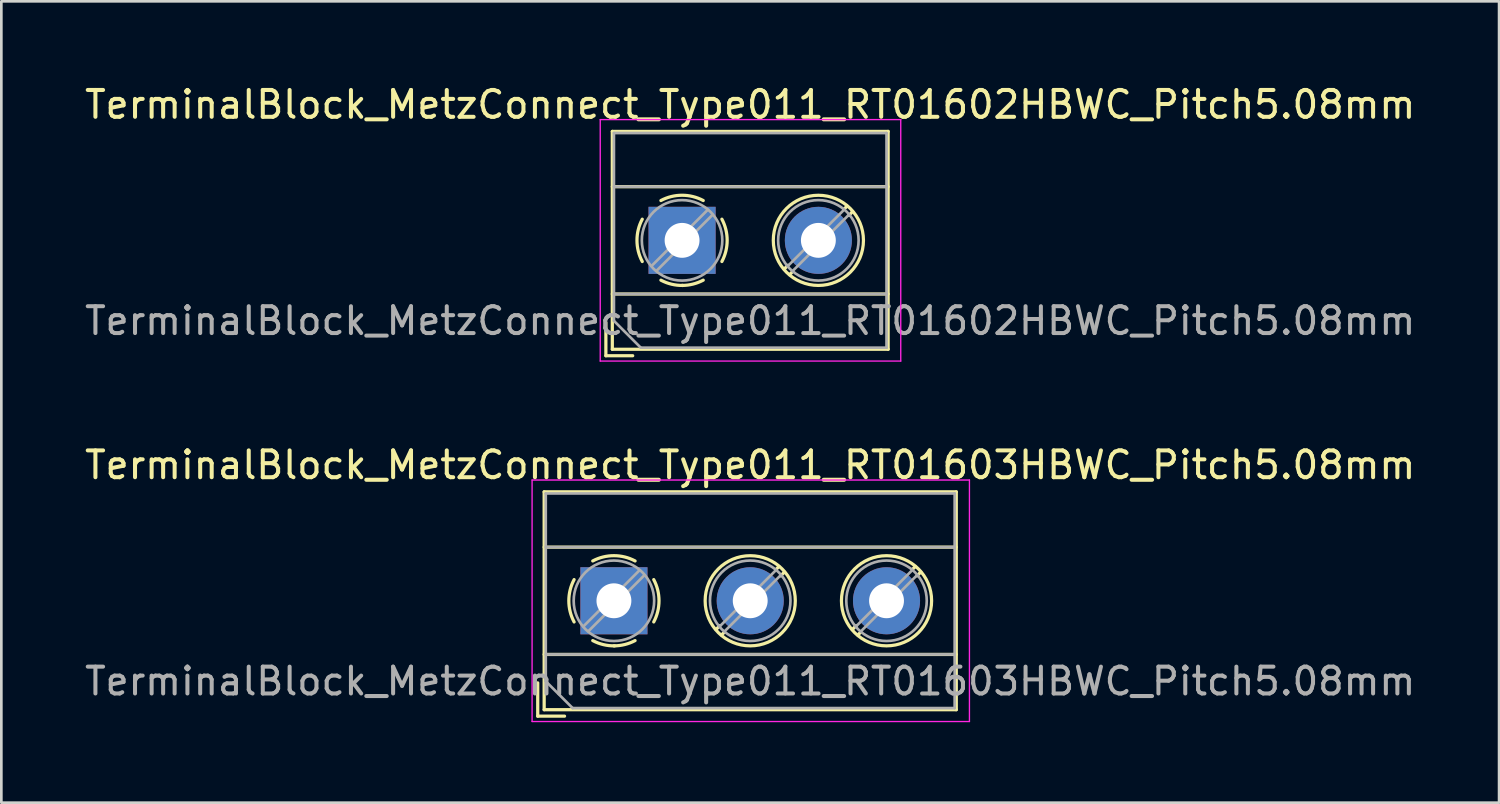
<source format=kicad_pcb>
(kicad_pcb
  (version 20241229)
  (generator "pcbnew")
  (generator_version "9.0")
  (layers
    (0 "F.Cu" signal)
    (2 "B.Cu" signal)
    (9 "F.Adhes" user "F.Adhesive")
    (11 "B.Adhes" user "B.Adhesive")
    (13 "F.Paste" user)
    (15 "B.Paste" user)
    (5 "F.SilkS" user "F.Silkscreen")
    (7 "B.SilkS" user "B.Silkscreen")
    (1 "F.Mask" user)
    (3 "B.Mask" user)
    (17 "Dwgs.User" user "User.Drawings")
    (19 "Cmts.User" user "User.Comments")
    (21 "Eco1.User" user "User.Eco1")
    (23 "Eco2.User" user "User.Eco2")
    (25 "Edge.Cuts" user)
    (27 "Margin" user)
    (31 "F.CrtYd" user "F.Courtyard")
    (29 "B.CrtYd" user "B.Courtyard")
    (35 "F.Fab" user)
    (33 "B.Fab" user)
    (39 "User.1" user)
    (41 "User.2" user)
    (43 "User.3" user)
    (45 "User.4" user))
  (footprint "TerminalBlock_MetzConnect_Type011_RT01602HBWC_Pitch5.08mm"
    (layer "F.Cu")
    (at 22.371 5.908)
    (property "Reference" "TerminalBlock_MetzConnect_Type011_RT01602HBWC_Pitch5.08mm" (at 2.54 -5.06 0) (layer "F.SilkS") (effects (font (size 1 1) (thickness 0.15))))
    (attr through_hole)
    (fp_line (start -2.84 3.06) (end -2.84 4.3) (stroke (width 0.12) (type solid)) (layer "F.SilkS"))
    (fp_line (start -2.84 4.3) (end -1.84 4.3) (stroke (width 0.12) (type solid)) (layer "F.SilkS"))
    (fp_line (start -2.6 -4.06) (end -2.6 4.06) (stroke (width 0.12) (type solid)) (layer "F.SilkS"))
    (fp_line (start -2.6 -2) (end 7.68 -2) (stroke (width 0.12) (type solid)) (layer "F.SilkS"))
    (fp_line (start -2.6 2) (end 7.68 2) (stroke (width 0.12) (type solid)) (layer "F.SilkS"))
    (fp_line (start -2.6 4.06) (end 7.68 4.06) (stroke (width 0.12) (type solid)) (layer "F.SilkS"))
    (fp_line (start 3.947 0.929) (end 3.806 1.069) (stroke (width 0.12) (type solid)) (layer "F.SilkS"))
    (fp_line (start 4.117 1.169) (end 4.011 1.274) (stroke (width 0.12) (type solid)) (layer "F.SilkS"))
    (fp_line (start 6.15 -1.275) (end 6.044 -1.169) (stroke (width 0.12) (type solid)) (layer "F.SilkS"))
    (fp_line (start 6.355 -1.069) (end 6.214 -0.929) (stroke (width 0.12) (type solid)) (layer "F.SilkS"))
    (fp_line (start 7.68 -4.06) (end -2.6 -4.06) (stroke (width 0.12) (type solid)) (layer "F.SilkS"))
    (fp_line (start 7.68 4.06) (end 7.68 -4.06) (stroke (width 0.12) (type solid)) (layer "F.SilkS"))
    (fp_arc (start -1.483953 0.789089) (mid -1.680708 0.00005) (end -1.484 -0.789) (stroke (width 0.12) (type solid)) (layer "F.SilkS"))
    (fp_arc (start -0.789089 -1.483953) (mid -0.00005 -1.680708) (end 0.789 -1.484) (stroke (width 0.12) (type solid)) (layer "F.SilkS"))
    (fp_arc (start 0.029383 1.68045) (mid -0.392304 1.634281) (end -0.789 1.484) (stroke (width 0.12) (type solid)) (layer "F.SilkS"))
    (fp_arc (start 0.788712 1.483352) (mid 0.406429 1.630097) (end 0 1.68) (stroke (width 0.12) (type solid)) (layer "F.SilkS"))
    (fp_arc (start 1.483953 -0.789089) (mid 1.680708 -0.00005) (end 1.484 0.789) (stroke (width 0.12) (type solid)) (layer "F.SilkS"))
    (fp_circle (center 5.08 0) (end 6.76 0) (stroke (width 0.12) (type solid)) (fill no) (layer "F.SilkS"))
    (fp_line (start -3.05 -4.5) (end -3.05 4.5) (stroke (width 0.05) (type solid)) (layer "F.CrtYd"))
    (fp_line (start -3.05 4.5) (end 8.15 4.5) (stroke (width 0.05) (type solid)) (layer "F.CrtYd"))
    (fp_line (start 8.15 -4.5) (end -3.05 -4.5) (stroke (width 0.05) (type solid)) (layer "F.CrtYd"))
    (fp_line (start 8.15 4.5) (end 8.15 -4.5) (stroke (width 0.05) (type solid)) (layer "F.CrtYd"))
    (fp_line (start -2.54 -4) (end 7.62 -4) (stroke (width 0.1) (type solid)) (layer "F.Fab"))
    (fp_line (start -2.54 -2) (end 7.62 -2) (stroke (width 0.1) (type solid)) (layer "F.Fab"))
    (fp_line (start -2.54 2) (end 7.62 2) (stroke (width 0.1) (type solid)) (layer "F.Fab"))
    (fp_line (start -2.54 3) (end -2.54 -4) (stroke (width 0.1) (type solid)) (layer "F.Fab"))
    (fp_line (start -1.54 4) (end -2.54 3) (stroke (width 0.1) (type solid)) (layer "F.Fab"))
    (fp_line (start 0.955 -1.138) (end -1.138 0.955) (stroke (width 0.1) (type solid)) (layer "F.Fab"))
    (fp_line (start 1.138 -0.955) (end -0.955 1.138) (stroke (width 0.1) (type solid)) (layer "F.Fab"))
    (fp_line (start 6.035 -1.138) (end 3.943 0.955) (stroke (width 0.1) (type solid)) (layer "F.Fab"))
    (fp_line (start 6.218 -0.955) (end 4.126 1.138) (stroke (width 0.1) (type solid)) (layer "F.Fab"))
    (fp_line (start 7.62 -4) (end 7.62 4) (stroke (width 0.1) (type solid)) (layer "F.Fab"))
    (fp_line (start 7.62 4) (end -1.54 4) (stroke (width 0.1) (type solid)) (layer "F.Fab"))
    (fp_circle (center 0 0) (end 1.5 0) (stroke (width 0.1) (type solid)) (fill no) (layer "F.Fab"))
    (fp_circle (center 5.08 0) (end 6.58 0) (stroke (width 0.1) (type solid)) (fill no) (layer "F.Fab"))
    (fp_text user "${REFERENCE}" (at 2.54 3 0) (layer "F.Fab") (effects (font (size 1 1) (thickness 0.15))))
    (pad "1" thru_hole rect (at 0 0) (size 2.5 2.5) (drill 1.3) (layers "*.Cu" "*.Mask"))
    (pad "2" thru_hole oval (at 5.08 0) (size 2.5 2.5) (drill 1.3) (layers "*.Cu" "*.Mask")))
  (footprint "TerminalBlock_MetzConnect_Type011_RT01603HBWC_Pitch5.08mm"
    (layer "F.Cu")
    (at 19.831 19.341)
    (property "Reference" "TerminalBlock_MetzConnect_Type011_RT01603HBWC_Pitch5.08mm" (at 5.08 -5.06 0) (layer "F.SilkS") (effects (font (size 1 1) (thickness 0.15))))
    (attr through_hole)
    (fp_line (start -2.84 3.06) (end -2.84 4.3) (stroke (width 0.12) (type solid)) (layer "F.SilkS"))
    (fp_line (start -2.84 4.3) (end -1.84 4.3) (stroke (width 0.12) (type solid)) (layer "F.SilkS"))
    (fp_line (start -2.6 -4.06) (end -2.6 4.06) (stroke (width 0.12) (type solid)) (layer "F.SilkS"))
    (fp_line (start -2.6 -2) (end 12.76 -2) (stroke (width 0.12) (type solid)) (layer "F.SilkS"))
    (fp_line (start -2.6 2) (end 12.76 2) (stroke (width 0.12) (type solid)) (layer "F.SilkS"))
    (fp_line (start -2.6 4.06) (end 12.76 4.06) (stroke (width 0.12) (type solid)) (layer "F.SilkS"))
    (fp_line (start 3.947 0.929) (end 3.806 1.069) (stroke (width 0.12) (type solid)) (layer "F.SilkS"))
    (fp_line (start 4.117 1.169) (end 4.011 1.274) (stroke (width 0.12) (type solid)) (layer "F.SilkS"))
    (fp_line (start 6.15 -1.275) (end 6.044 -1.169) (stroke (width 0.12) (type solid)) (layer "F.SilkS"))
    (fp_line (start 6.355 -1.069) (end 6.214 -0.929) (stroke (width 0.12) (type solid)) (layer "F.SilkS"))
    (fp_line (start 9.027 0.929) (end 8.886 1.069) (stroke (width 0.12) (type solid)) (layer "F.SilkS"))
    (fp_line (start 9.197 1.169) (end 9.091 1.274) (stroke (width 0.12) (type solid)) (layer "F.SilkS"))
    (fp_line (start 11.23 -1.275) (end 11.124 -1.169) (stroke (width 0.12) (type solid)) (layer "F.SilkS"))
    (fp_line (start 11.435 -1.069) (end 11.294 -0.929) (stroke (width 0.12) (type solid)) (layer "F.SilkS"))
    (fp_line (start 12.76 -4.06) (end -2.6 -4.06) (stroke (width 0.12) (type solid)) (layer "F.SilkS"))
    (fp_line (start 12.76 4.06) (end 12.76 -4.06) (stroke (width 0.12) (type solid)) (layer "F.SilkS"))
    (fp_arc (start -1.483953 0.789089) (mid -1.680708 0.00005) (end -1.484 -0.789) (stroke (width 0.12) (type solid)) (layer "F.SilkS"))
    (fp_arc (start -0.789089 -1.483953) (mid -0.00005 -1.680708) (end 0.789 -1.484) (stroke (width 0.12) (type solid)) (layer "F.SilkS"))
    (fp_arc (start 0.029383 1.68045) (mid -0.392304 1.634281) (end -0.789 1.484) (stroke (width 0.12) (type solid)) (layer "F.SilkS"))
    (fp_arc (start 0.788712 1.483352) (mid 0.406429 1.630097) (end 0 1.68) (stroke (width 0.12) (type solid)) (layer "F.SilkS"))
    (fp_arc (start 1.483953 -0.789089) (mid 1.680708 -0.00005) (end 1.484 0.789) (stroke (width 0.12) (type solid)) (layer "F.SilkS"))
    (fp_circle (center 5.08 0) (end 6.76 0) (stroke (width 0.12) (type solid)) (fill no) (layer "F.SilkS"))
    (fp_circle (center 10.16 0) (end 11.84 0) (stroke (width 0.12) (type solid)) (fill no) (layer "F.SilkS"))
    (fp_line (start -3.05 -4.5) (end -3.05 4.5) (stroke (width 0.05) (type solid)) (layer "F.CrtYd"))
    (fp_line (start -3.05 4.5) (end 13.25 4.5) (stroke (width 0.05) (type solid)) (layer "F.CrtYd"))
    (fp_line (start 13.25 -4.5) (end -3.05 -4.5) (stroke (width 0.05) (type solid)) (layer "F.CrtYd"))
    (fp_line (start 13.25 4.5) (end 13.25 -4.5) (stroke (width 0.05) (type solid)) (layer "F.CrtYd"))
    (fp_line (start -2.54 -4) (end 12.7 -4) (stroke (width 0.1) (type solid)) (layer "F.Fab"))
    (fp_line (start -2.54 -2) (end 12.7 -2) (stroke (width 0.1) (type solid)) (layer "F.Fab"))
    (fp_line (start -2.54 2) (end 12.7 2) (stroke (width 0.1) (type solid)) (layer "F.Fab"))
    (fp_line (start -2.54 3) (end -2.54 -4) (stroke (width 0.1) (type solid)) (layer "F.Fab"))
    (fp_line (start -1.54 4) (end -2.54 3) (stroke (width 0.1) (type solid)) (layer "F.Fab"))
    (fp_line (start 0.955 -1.138) (end -1.138 0.955) (stroke (width 0.1) (type solid)) (layer "F.Fab"))
    (fp_line (start 1.138 -0.955) (end -0.955 1.138) (stroke (width 0.1) (type solid)) (layer "F.Fab"))
    (fp_line (start 6.035 -1.138) (end 3.943 0.955) (stroke (width 0.1) (type solid)) (layer "F.Fab"))
    (fp_line (start 6.218 -0.955) (end 4.126 1.138) (stroke (width 0.1) (type solid)) (layer "F.Fab"))
    (fp_line (start 11.115 -1.138) (end 9.023 0.955) (stroke (width 0.1) (type solid)) (layer "F.Fab"))
    (fp_line (start 11.298 -0.955) (end 9.206 1.138) (stroke (width 0.1) (type solid)) (layer "F.Fab"))
    (fp_line (start 12.7 -4) (end 12.7 4) (stroke (width 0.1) (type solid)) (layer "F.Fab"))
    (fp_line (start 12.7 4) (end -1.54 4) (stroke (width 0.1) (type solid)) (layer "F.Fab"))
    (fp_circle (center 0 0) (end 1.5 0) (stroke (width 0.1) (type solid)) (fill no) (layer "F.Fab"))
    (fp_circle (center 5.08 0) (end 6.58 0) (stroke (width 0.1) (type solid)) (fill no) (layer "F.Fab"))
    (fp_circle (center 10.16 0) (end 11.66 0) (stroke (width 0.1) (type solid)) (fill no) (layer "F.Fab"))
    (fp_text user "${REFERENCE}" (at 5.08 3 0) (layer "F.Fab") (effects (font (size 1 1) (thickness 0.15))))
    (pad "1" thru_hole rect (at 0 0) (size 2.5 2.5) (drill 1.3) (layers "*.Cu" "*.Mask"))
    (pad "2" thru_hole oval (at 5.08 0) (size 2.5 2.5) (drill 1.3) (layers "*.Cu" "*.Mask"))
    (pad "3" thru_hole oval (at 10.16 0) (size 2.5 2.5) (drill 1.3) (layers "*.Cu" "*.Mask")))
  (gr_rect
    (start -3 -3)
    (end 52.821 26.866)
    (stroke (width 0.1) (type default))
    (fill no)
    (layer "Edge.Cuts")))
</source>
